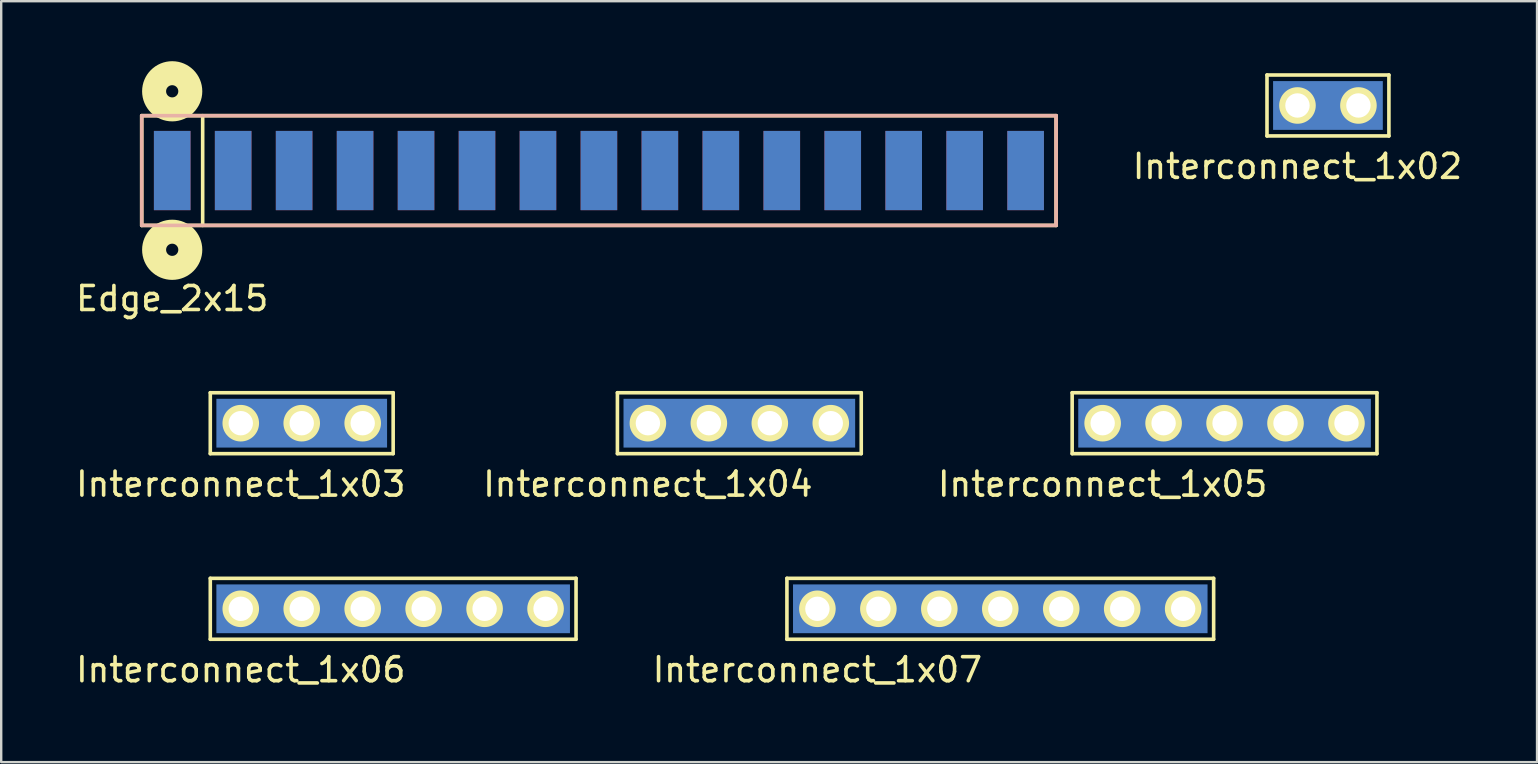
<source format=kicad_pcb>
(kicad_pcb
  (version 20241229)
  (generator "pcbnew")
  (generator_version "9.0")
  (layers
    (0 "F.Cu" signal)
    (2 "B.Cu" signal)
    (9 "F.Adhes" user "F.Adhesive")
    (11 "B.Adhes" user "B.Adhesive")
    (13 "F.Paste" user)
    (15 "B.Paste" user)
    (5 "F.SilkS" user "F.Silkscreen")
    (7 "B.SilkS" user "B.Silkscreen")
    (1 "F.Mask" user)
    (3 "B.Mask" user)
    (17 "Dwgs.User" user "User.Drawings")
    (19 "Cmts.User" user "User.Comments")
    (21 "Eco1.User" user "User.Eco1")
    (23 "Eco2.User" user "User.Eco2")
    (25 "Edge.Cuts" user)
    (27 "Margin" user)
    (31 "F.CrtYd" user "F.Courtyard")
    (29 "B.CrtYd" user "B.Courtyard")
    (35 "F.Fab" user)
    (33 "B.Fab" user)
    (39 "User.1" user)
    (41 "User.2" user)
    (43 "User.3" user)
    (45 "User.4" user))
  (footprint "Interconnect_1x03"
    (layer "F.Cu")
    (at 6.982 14.583)
    (property "Reference" "Interconnect_1x03" (at 0 2.54 0) (layer "F.SilkS") (effects (font (size 1 1) (thickness 0.15))))
    (attr through_hole)
    (fp_line (start -1.27 -1.27) (end -1.27 1.27) (stroke (width 0.15) (type solid)) (layer "F.SilkS"))
    (fp_line (start -1.27 1.27) (end 6.35 1.27) (stroke (width 0.15) (type solid)) (layer "F.SilkS"))
    (fp_line (start 6.35 -1.27) (end -1.27 -1.27) (stroke (width 0.15) (type solid)) (layer "F.SilkS"))
    (fp_line (start 6.35 1.27) (end 6.35 -1.27) (stroke (width 0.15) (type solid)) (layer "F.SilkS"))
    (pad "1" thru_hole circle (at 0 0) (size 1.524 1.524) (drill 1.016) (layers "*.Cu" "*.Mask" "F.SilkS"))
    (pad "1" thru_hole circle (at 2.54 0) (size 1.524 1.524) (drill 1.016) (layers "*.Cu" "*.Mask" "F.SilkS"))
    (pad "1" smd rect (at 2.54 0) (size 7.112 2.032) (layers "B.Cu" "B.Mask"))
    (pad "1" thru_hole circle (at 5.08 0) (size 1.524 1.524) (drill 1.016) (layers "*.Cu" "*.Mask" "F.SilkS")))
  (footprint "Interconnect_1x06"
    (layer "F.Cu")
    (at 6.982 22.317)
    (property "Reference" "Interconnect_1x06" (at 0 2.54 0) (layer "F.SilkS") (effects (font (size 1 1) (thickness 0.15))))
    (attr through_hole)
    (fp_line (start -1.27 -1.27) (end -1.27 1.27) (stroke (width 0.15) (type solid)) (layer "F.SilkS"))
    (fp_line (start -1.27 1.27) (end 13.97 1.27) (stroke (width 0.15) (type solid)) (layer "F.SilkS"))
    (fp_line (start 13.97 -1.27) (end -1.27 -1.27) (stroke (width 0.15) (type solid)) (layer "F.SilkS"))
    (fp_line (start 13.97 1.27) (end 13.97 -1.27) (stroke (width 0.15) (type solid)) (layer "F.SilkS"))
    (pad "1" thru_hole circle (at 0 0) (size 1.524 1.524) (drill 1.016) (layers "*.Cu" "*.Mask" "F.SilkS"))
    (pad "1" thru_hole circle (at 2.54 0) (size 1.524 1.524) (drill 1.016) (layers "*.Cu" "*.Mask" "F.SilkS"))
    (pad "1" thru_hole circle (at 5.08 0) (size 1.524 1.524) (drill 1.016) (layers "*.Cu" "*.Mask" "F.SilkS"))
    (pad "1" smd rect (at 6.35 0) (size 14.732 2.032) (layers "B.Cu" "B.Mask"))
    (pad "1" thru_hole circle (at 7.62 0) (size 1.524 1.524) (drill 1.016) (layers "*.Cu" "*.Mask" "F.SilkS"))
    (pad "1" thru_hole circle (at 10.16 0) (size 1.524 1.524) (drill 1.016) (layers "*.Cu" "*.Mask" "F.SilkS"))
    (pad "1" thru_hole circle (at 12.7 0) (size 1.524 1.524) (drill 1.016) (layers "*.Cu" "*.Mask" "F.SilkS")))
  (footprint "Interconnect_1x02"
    (layer "F.Cu")
    (at 51.012 1.345)
    (property "Reference" "Interconnect_1x02" (at 0 2.54 0) (layer "F.SilkS") (effects (font (size 1 1) (thickness 0.15))))
    (attr through_hole)
    (fp_line (start -1.27 -1.27) (end -1.27 1.27) (stroke (width 0.15) (type solid)) (layer "F.SilkS"))
    (fp_line (start -1.27 1.27) (end 3.81 1.27) (stroke (width 0.15) (type solid)) (layer "F.SilkS"))
    (fp_line (start 3.81 -1.27) (end -1.27 -1.27) (stroke (width 0.15) (type solid)) (layer "F.SilkS"))
    (fp_line (start 3.81 1.27) (end 3.81 -1.27) (stroke (width 0.15) (type solid)) (layer "F.SilkS"))
    (pad "1" thru_hole circle (at 0 0) (size 1.524 1.524) (drill 1.016) (layers "*.Cu" "*.Mask" "F.SilkS"))
    (pad "1" smd rect (at 1.27 0) (size 4.572 2.032) (layers "B.Cu" "B.Mask"))
    (pad "1" thru_hole circle (at 2.54 0) (size 1.524 1.524) (drill 1.016) (layers "*.Cu" "*.Mask" "F.SilkS")))
  (footprint "Interconnect_1x04"
    (layer "F.Cu")
    (at 23.946 14.583)
    (property "Reference" "Interconnect_1x04" (at 0 2.54 0) (layer "F.SilkS") (effects (font (size 1 1) (thickness 0.15))))
    (attr through_hole)
    (fp_line (start -1.27 -1.27) (end -1.27 1.27) (stroke (width 0.15) (type solid)) (layer "F.SilkS"))
    (fp_line (start -1.27 1.27) (end 8.89 1.27) (stroke (width 0.15) (type solid)) (layer "F.SilkS"))
    (fp_line (start 8.89 -1.27) (end -1.27 -1.27) (stroke (width 0.15) (type solid)) (layer "F.SilkS"))
    (fp_line (start 8.89 1.27) (end 8.89 -1.27) (stroke (width 0.15) (type solid)) (layer "F.SilkS"))
    (pad "1" thru_hole circle (at 0 0) (size 1.524 1.524) (drill 1.016) (layers "*.Cu" "*.Mask" "F.SilkS"))
    (pad "1" thru_hole circle (at 2.54 0) (size 1.524 1.524) (drill 1.016) (layers "*.Cu" "*.Mask" "F.SilkS"))
    (pad "1" smd rect (at 3.81 0) (size 9.652 2.032) (layers "B.Cu" "B.Mask"))
    (pad "1" thru_hole circle (at 5.08 0) (size 1.524 1.524) (drill 1.016) (layers "*.Cu" "*.Mask" "F.SilkS"))
    (pad "1" thru_hole circle (at 7.62 0) (size 1.524 1.524) (drill 1.016) (layers "*.Cu" "*.Mask" "F.SilkS")))
  (footprint "Interconnect_1x07"
    (layer "F.Cu")
    (at 31.009 22.317)
    (property "Reference" "Interconnect_1x07" (at 0 2.54 0) (layer "F.SilkS") (effects (font (size 1 1) (thickness 0.15))))
    (attr through_hole)
    (fp_line (start -1.27 -1.27) (end -1.27 1.27) (stroke (width 0.15) (type solid)) (layer "F.SilkS"))
    (fp_line (start -1.27 1.27) (end 16.51 1.27) (stroke (width 0.15) (type solid)) (layer "F.SilkS"))
    (fp_line (start 16.51 -1.27) (end -1.27 -1.27) (stroke (width 0.15) (type solid)) (layer "F.SilkS"))
    (fp_line (start 16.51 1.27) (end 16.51 -1.27) (stroke (width 0.15) (type solid)) (layer "F.SilkS"))
    (pad "1" thru_hole circle (at 0 0) (size 1.524 1.524) (drill 1.016) (layers "*.Cu" "*.Mask" "F.SilkS"))
    (pad "1" thru_hole circle (at 2.54 0) (size 1.524 1.524) (drill 1.016) (layers "*.Cu" "*.Mask" "F.SilkS"))
    (pad "1" thru_hole circle (at 5.08 0) (size 1.524 1.524) (drill 1.016) (layers "*.Cu" "*.Mask" "F.SilkS"))
    (pad "1" thru_hole circle (at 7.62 0) (size 1.524 1.524) (drill 1.016) (layers "*.Cu" "*.Mask" "F.SilkS"))
    (pad "1" smd rect (at 7.62 0) (size 17.272 2.032) (layers "B.Cu" "B.Mask"))
    (pad "1" thru_hole circle (at 10.16 0) (size 1.524 1.524) (drill 1.016) (layers "*.Cu" "*.Mask" "F.SilkS"))
    (pad "1" thru_hole circle (at 12.7 0) (size 1.524 1.524) (drill 1.016) (layers "*.Cu" "*.Mask" "F.SilkS"))
    (pad "1" thru_hole circle (at 15.24 0) (size 1.524 1.524) (drill 1.016) (layers "*.Cu" "*.Mask" "F.SilkS")))
  (footprint "Edge_2x15"
    (layer "F.Cu")
    (at 4.125 4.056)
    (property "Reference" "Edge_2x15" (at 0 5.334 0) (layer "F.SilkS") (effects (font (size 1 1) (thickness 0.15))))
    (attr through_hole)
    (fp_line (start -1.27 -2.286) (end -1.27 2.286) (stroke (width 0.15) (type solid)) (layer "F.SilkS"))
    (fp_line (start -1.27 2.286) (end 36.83 2.286) (stroke (width 0.15) (type solid)) (layer "F.SilkS"))
    (fp_line (start 1.27 2.286) (end 1.27 -2.286) (stroke (width 0.15) (type solid)) (layer "F.SilkS"))
    (fp_line (start 36.83 -2.286) (end -1.27 -2.286) (stroke (width 0.15) (type solid)) (layer "F.SilkS"))
    (fp_line (start 36.83 2.286) (end 36.83 -2.286) (stroke (width 0.15) (type solid)) (layer "F.SilkS"))
    (fp_circle (center 0 -3.302) (end 0.254 -3.302) (stroke (width 1) (type solid)) (fill no) (layer "F.SilkS"))
    (fp_circle (center 0 3.302) (end 0.254 3.302) (stroke (width 1) (type solid)) (fill no) (layer "F.SilkS"))
    (fp_line (start -1.27 -2.286) (end -1.27 2.286) (stroke (width 0.15) (type solid)) (layer "B.SilkS"))
    (fp_line (start -1.27 2.286) (end 36.83 2.286) (stroke (width 0.15) (type solid)) (layer "B.SilkS"))
    (fp_line (start 36.83 -2.286) (end -1.27 -2.286) (stroke (width 0.15) (type solid)) (layer "B.SilkS"))
    (fp_line (start 36.83 2.286) (end 36.83 -2.286) (stroke (width 0.15) (type solid)) (layer "B.SilkS"))
    (pad "1" smd rect (at 0 0) (size 1.524 3.302) (layers "F.Cu" "F.Mask" "F.Paste"))
    (pad "2" smd rect (at 0 0) (size 1.524 3.302) (layers "B.Cu" "B.Mask" "B.Paste"))
    (pad "3" smd rect (at 2.54 0) (size 1.524 3.302) (layers "F.Cu" "F.Mask" "F.Paste"))
    (pad "4" smd rect (at 2.54 0) (size 1.524 3.302) (layers "B.Cu" "B.Mask" "B.Paste"))
    (pad "5" smd rect (at 5.08 0) (size 1.524 3.302) (layers "F.Cu" "F.Mask" "F.Paste"))
    (pad "6" smd rect (at 5.08 0) (size 1.524 3.302) (layers "B.Cu" "B.Mask" "B.Paste"))
    (pad "7" smd rect (at 7.62 0) (size 1.524 3.302) (layers "F.Cu" "F.Mask" "F.Paste"))
    (pad "8" smd rect (at 7.62 0) (size 1.524 3.302) (layers "B.Cu" "B.Mask" "B.Paste"))
    (pad "9" smd rect (at 10.16 0) (size 1.524 3.302) (layers "F.Cu" "F.Mask" "F.Paste"))
    (pad "10" smd rect (at 10.16 0) (size 1.524 3.302) (layers "B.Cu" "B.Mask" "B.Paste"))
    (pad "11" smd rect (at 12.7 0) (size 1.524 3.302) (layers "F.Cu" "F.Mask" "F.Paste"))
    (pad "12" smd rect (at 12.7 0) (size 1.524 3.302) (layers "B.Cu" "B.Mask" "B.Paste"))
    (pad "13" smd rect (at 15.24 0) (size 1.524 3.302) (layers "F.Cu" "F.Mask" "F.Paste"))
    (pad "14" smd rect (at 15.24 0) (size 1.524 3.302) (layers "B.Cu" "B.Mask" "B.Paste"))
    (pad "15" smd rect (at 17.78 0) (size 1.524 3.302) (layers "F.Cu" "F.Mask" "F.Paste"))
    (pad "16" smd rect (at 17.78 0) (size 1.524 3.302) (layers "B.Cu" "B.Mask" "B.Paste"))
    (pad "17" smd rect (at 20.32 0) (size 1.524 3.302) (layers "F.Cu" "F.Mask" "F.Paste"))
    (pad "18" smd rect (at 20.32 0) (size 1.524 3.302) (layers "B.Cu" "B.Mask" "B.Paste"))
    (pad "19" smd rect (at 22.86 0) (size 1.524 3.302) (layers "F.Cu" "F.Mask" "F.Paste"))
    (pad "20" smd rect (at 22.86 0) (size 1.524 3.302) (layers "B.Cu" "B.Mask" "B.Paste"))
    (pad "21" smd rect (at 25.4 0) (size 1.524 3.302) (layers "F.Cu" "F.Mask" "F.Paste"))
    (pad "22" smd rect (at 25.4 0) (size 1.524 3.302) (layers "B.Cu" "B.Mask" "B.Paste"))
    (pad "23" smd rect (at 27.94 0) (size 1.524 3.302) (layers "F.Cu" "F.Mask" "F.Paste"))
    (pad "24" smd rect (at 27.94 0) (size 1.524 3.302) (layers "B.Cu" "B.Mask" "B.Paste"))
    (pad "25" smd rect (at 30.48 0) (size 1.524 3.302) (layers "F.Cu" "F.Mask" "F.Paste"))
    (pad "26" smd rect (at 30.48 0) (size 1.524 3.302) (layers "B.Cu" "B.Mask" "B.Paste"))
    (pad "27" smd rect (at 33.02 0) (size 1.524 3.302) (layers "F.Cu" "F.Mask" "F.Paste"))
    (pad "28" smd rect (at 33.02 0) (size 1.524 3.302) (layers "B.Cu" "B.Mask" "B.Paste"))
    (pad "29" smd rect (at 35.56 0) (size 1.524 3.302) (layers "F.Cu" "F.Mask" "F.Paste"))
    (pad "30" smd rect (at 35.56 0) (size 1.524 3.302) (layers "B.Cu" "B.Mask" "B.Paste")))
  (footprint "Interconnect_1x05"
    (layer "F.Cu")
    (at 42.894 14.583)
    (property "Reference" "Interconnect_1x05" (at 0 2.54 0) (layer "F.SilkS") (effects (font (size 1 1) (thickness 0.15))))
    (attr through_hole)
    (fp_line (start -1.27 -1.27) (end -1.27 1.27) (stroke (width 0.15) (type solid)) (layer "F.SilkS"))
    (fp_line (start -1.27 1.27) (end 11.43 1.27) (stroke (width 0.15) (type solid)) (layer "F.SilkS"))
    (fp_line (start 11.43 -1.27) (end -1.27 -1.27) (stroke (width 0.15) (type solid)) (layer "F.SilkS"))
    (fp_line (start 11.43 1.27) (end 11.43 -1.27) (stroke (width 0.15) (type solid)) (layer "F.SilkS"))
    (pad "1" thru_hole circle (at 0 0) (size 1.524 1.524) (drill 1.016) (layers "*.Cu" "*.Mask" "F.SilkS"))
    (pad "1" thru_hole circle (at 2.54 0) (size 1.524 1.524) (drill 1.016) (layers "*.Cu" "*.Mask" "F.SilkS"))
    (pad "1" thru_hole circle (at 5.08 0) (size 1.524 1.524) (drill 1.016) (layers "*.Cu" "*.Mask" "F.SilkS"))
    (pad "1" smd rect (at 5.08 0) (size 12.192 2.032) (layers "B.Cu" "B.Mask"))
    (pad "1" thru_hole circle (at 7.62 0) (size 1.524 1.524) (drill 1.016) (layers "*.Cu" "*.Mask" "F.SilkS"))
    (pad "1" thru_hole circle (at 10.16 0) (size 1.524 1.524) (drill 1.016) (layers "*.Cu" "*.Mask" "F.SilkS")))
  (gr_rect
    (start -3 -3)
    (end 60.994 28.705)
    (stroke (width 0.1) (type default))
    (fill no)
    (layer "Edge.Cuts")))
</source>
